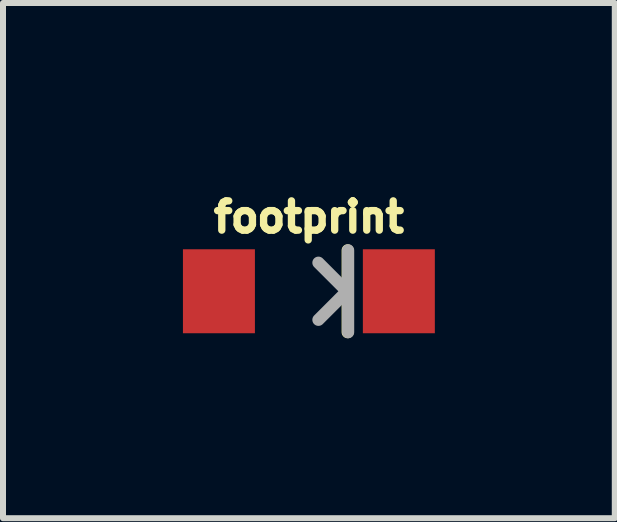
<source format=kicad_pcb>
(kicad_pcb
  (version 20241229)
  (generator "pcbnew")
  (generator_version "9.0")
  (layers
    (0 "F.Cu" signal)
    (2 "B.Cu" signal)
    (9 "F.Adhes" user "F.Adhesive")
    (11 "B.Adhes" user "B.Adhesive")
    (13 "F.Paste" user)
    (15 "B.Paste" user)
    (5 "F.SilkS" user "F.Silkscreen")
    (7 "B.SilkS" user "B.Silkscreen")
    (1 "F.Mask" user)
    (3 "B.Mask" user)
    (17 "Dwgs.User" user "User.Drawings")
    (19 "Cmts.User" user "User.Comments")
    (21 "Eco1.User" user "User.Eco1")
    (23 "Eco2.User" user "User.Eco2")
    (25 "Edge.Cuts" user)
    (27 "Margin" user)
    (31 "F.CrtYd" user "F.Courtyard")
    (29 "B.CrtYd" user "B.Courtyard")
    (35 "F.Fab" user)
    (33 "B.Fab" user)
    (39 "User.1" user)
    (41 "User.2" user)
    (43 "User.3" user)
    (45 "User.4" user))
  (footprint "footprint"
    (layer "F.Cu")
    (at 2.1 1.806)
    (property "Reference" "footprint" (at 0 -0.953 0) (layer "F.SilkS") (effects (font (size 0.488 0.488) (thickness 0.122)) (justify bottom)))
    (fp_line (start 0.647 -0.682) (end 0.647 0.682) (stroke (width 0.203) (type solid)) (layer "F.SilkS"))
    (fp_line (start 0.635 0) (end 0.159 -0.476) (stroke (width 0.203) (type solid)) (layer "F.Fab"))
    (fp_line (start 0.635 0) (end 0.159 0.476) (stroke (width 0.203) (type solid)) (layer "F.Fab"))
    (fp_line (start 0.654 -0.682) (end 0.654 0.682) (stroke (width 0.203) (type solid)) (layer "F.Fab"))
    (pad "A" smd rect (at -1.5 0) (size 1.2 1.4) (layers "F.Cu" "F.Mask" "F.Paste"))
    (pad "C" smd rect (at 1.5 0) (size 1.2 1.4) (layers "F.Cu" "F.Mask" "F.Paste")))
  (gr_rect
    (start -3 -3)
    (end 7.2 5.59)
    (stroke (width 0.1) (type default))
    (fill no)
    (layer "Edge.Cuts")))
</source>
